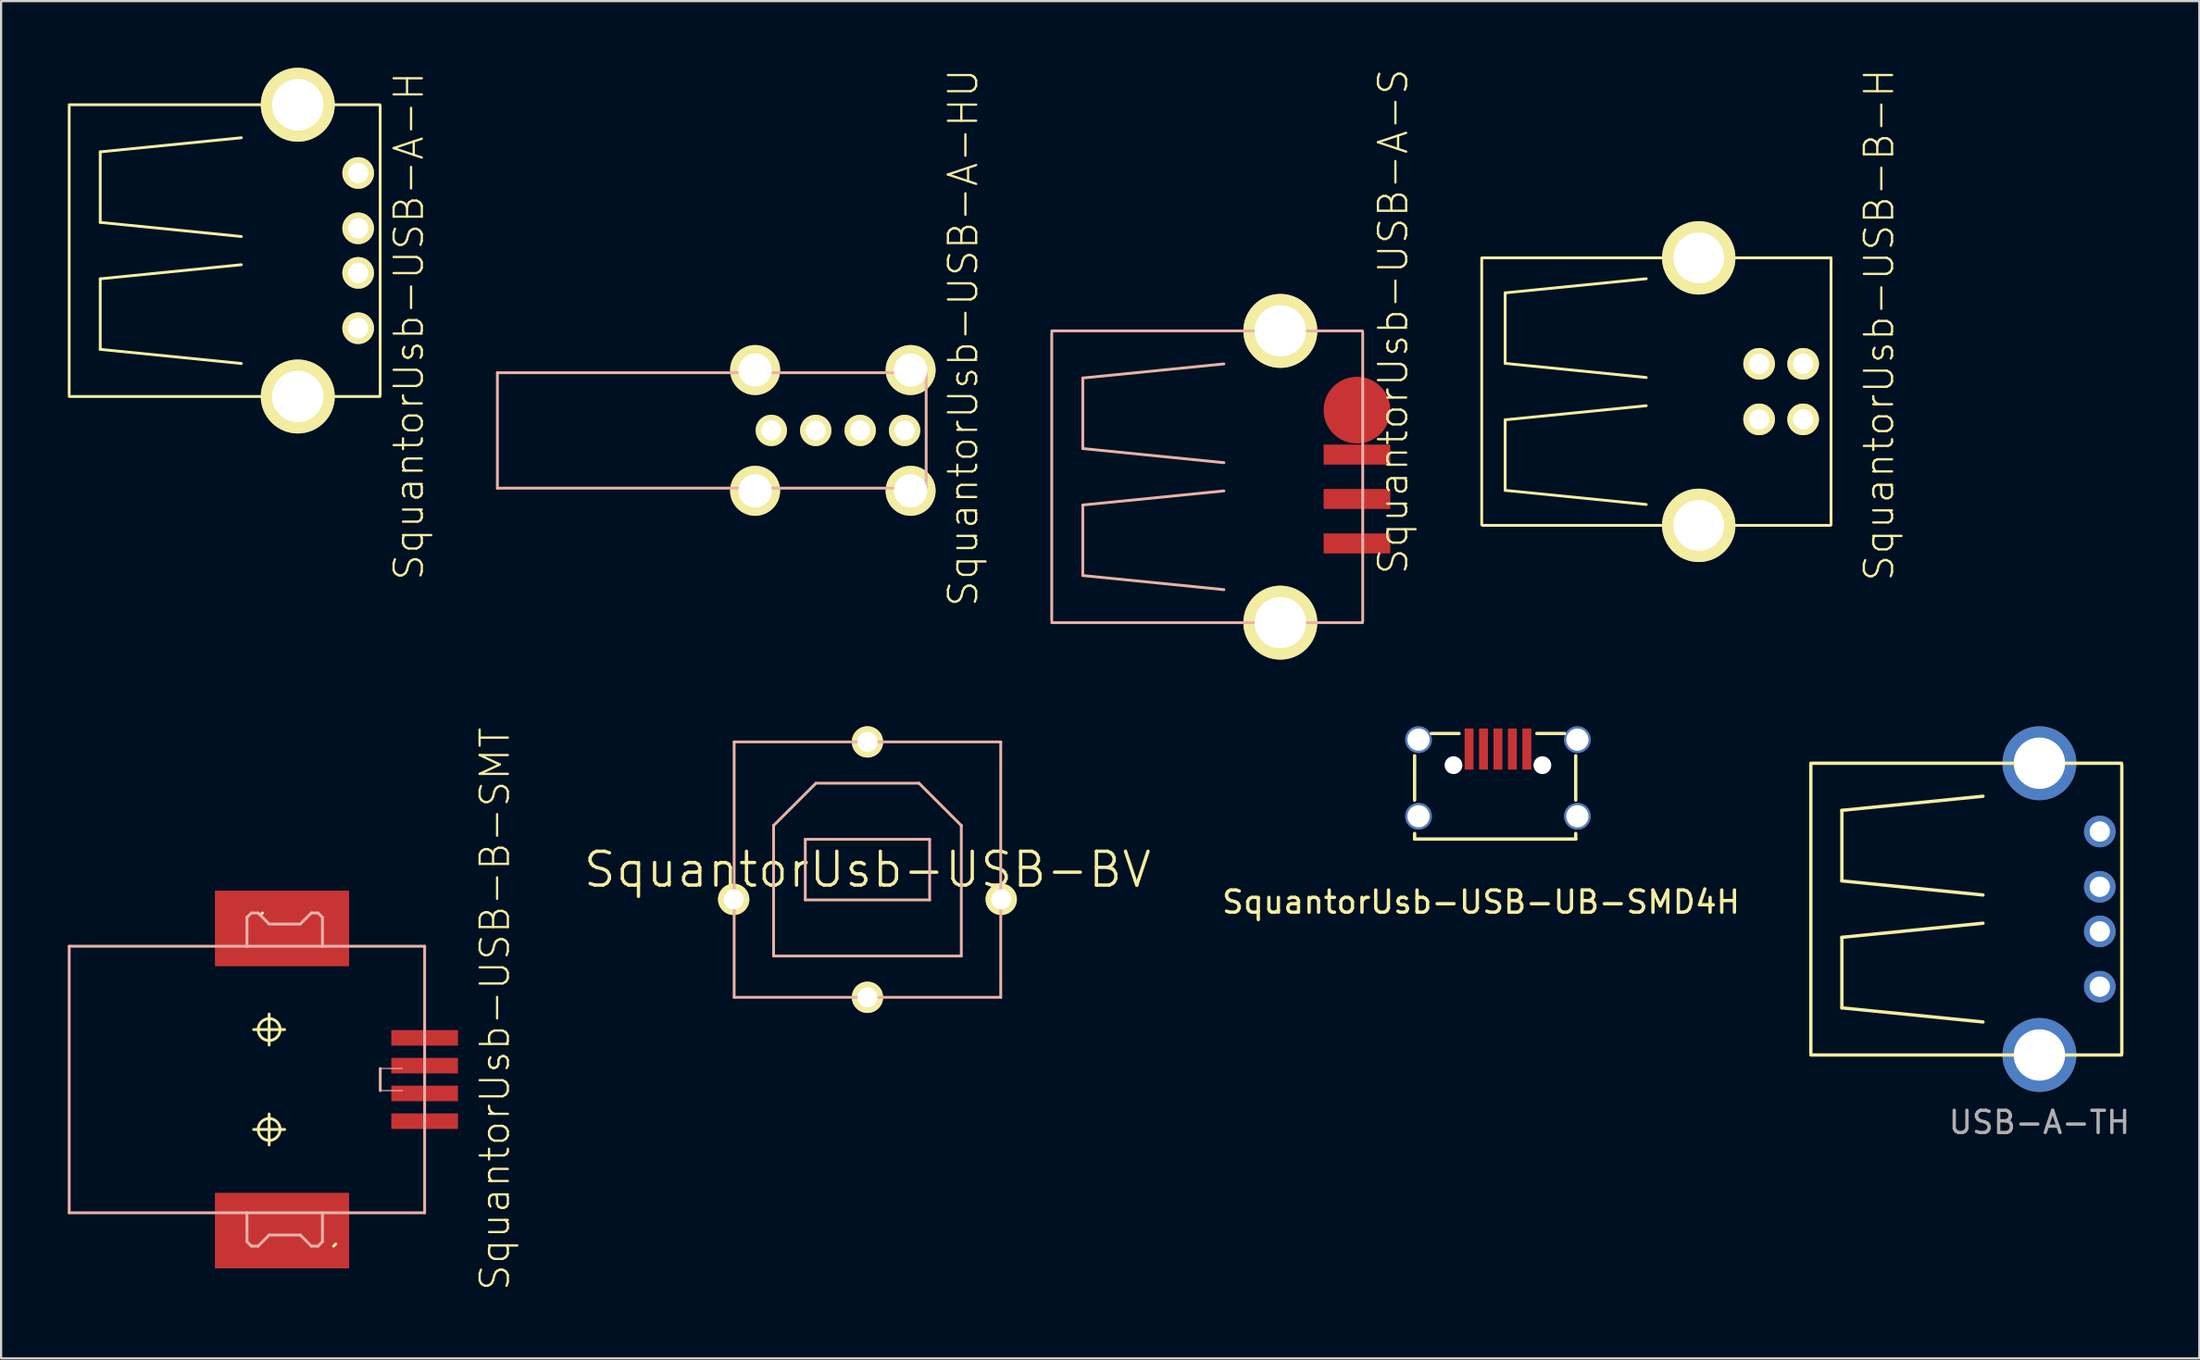
<source format=kicad_pcb>
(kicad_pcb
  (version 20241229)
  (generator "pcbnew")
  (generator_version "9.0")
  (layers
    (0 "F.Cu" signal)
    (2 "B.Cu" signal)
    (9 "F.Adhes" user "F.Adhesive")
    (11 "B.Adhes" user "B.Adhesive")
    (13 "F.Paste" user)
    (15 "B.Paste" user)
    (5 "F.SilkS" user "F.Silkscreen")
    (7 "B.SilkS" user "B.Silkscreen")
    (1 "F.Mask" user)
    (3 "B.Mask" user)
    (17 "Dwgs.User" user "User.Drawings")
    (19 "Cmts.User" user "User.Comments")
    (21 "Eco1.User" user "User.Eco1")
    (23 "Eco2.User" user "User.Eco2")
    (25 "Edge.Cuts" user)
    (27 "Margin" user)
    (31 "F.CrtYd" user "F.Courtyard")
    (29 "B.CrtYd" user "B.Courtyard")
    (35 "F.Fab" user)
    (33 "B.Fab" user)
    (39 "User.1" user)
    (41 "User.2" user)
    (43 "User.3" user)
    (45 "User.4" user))
  (footprint "SquantorUsb-USB-B-H"
    (layer "F.Cu")
    (at 76.118 14.576)
    (property "Reference" "SquantorUsb-USB-B-H" (at 5.4 -3 90) (layer "F.SilkS") (effects (font (size 1.27 1.27) (thickness 0.102))))
    (attr exclude_from_pos_files exclude_from_bom)
    (fp_line (start -12.484 -6.012) (end -12.484 5.999) (stroke (width 0.127) (type solid)) (layer "F.SilkS"))
    (fp_line (start -11.43 -4.445) (end -11.43 -1.27) (stroke (width 0.127) (type solid)) (layer "F.SilkS"))
    (fp_line (start -11.43 -1.27) (end -5.08 -0.635) (stroke (width 0.127) (type solid)) (layer "F.SilkS"))
    (fp_line (start -11.43 1.27) (end -5.08 0.635) (stroke (width 0.127) (type solid)) (layer "F.SilkS"))
    (fp_line (start -11.43 4.445) (end -11.43 1.27) (stroke (width 0.127) (type solid)) (layer "F.SilkS"))
    (fp_line (start -5.08 -5.08) (end -11.43 -4.445) (stroke (width 0.127) (type solid)) (layer "F.SilkS"))
    (fp_line (start -5.08 5.08) (end -11.43 4.445) (stroke (width 0.127) (type solid)) (layer "F.SilkS"))
    (fp_line (start 3.205 6.02) (end -12.438 6.02) (stroke (width 0.127) (type solid)) (layer "F.SilkS"))
    (fp_line (start 3.231 -6.02) (end -12.464 -6.02) (stroke (width 0.127) (type solid)) (layer "F.SilkS"))
    (fp_line (start 3.236 -6.012) (end 3.236 5.999) (stroke (width 0.127) (type solid)) (layer "F.SilkS"))
    (pad "D+" thru_hole circle (at 0 -1.25) (size 1.422 1.422) (drill 0.914) (layers "*.Cu" "F.Mask" "F.SilkS" "F.Paste"))
    (pad "D-" thru_hole circle (at 1.981 -1.25) (size 1.422 1.422) (drill 0.914) (layers "*.Cu" "F.Mask" "F.SilkS" "F.Paste"))
    (pad "GND" thru_hole circle (at 0 1.25) (size 1.422 1.422) (drill 0.914) (layers "*.Cu" "F.Mask" "F.SilkS" "F.Paste"))
    (pad "S" thru_hole circle (at -2.718 -6.02) (size 3.302 3.302) (drill 2.286) (layers "*.Cu" "F.Mask" "F.SilkS" "F.Paste"))
    (pad "S" thru_hole circle (at -2.718 6.02) (size 3.302 3.302) (drill 2.286) (layers "*.Cu" "F.Mask" "F.SilkS" "F.Paste"))
    (pad "VBUS" thru_hole circle (at 1.981 1.25) (size 1.422 1.422) (drill 0.914) (layers "*.Cu" "F.Mask" "F.SilkS" "F.Paste")))
  (footprint "SquantorUsb-USB-UB-SMD4H"
    (layer "F.Cu")
    (at 64.364 31.965)
    (property "Reference" "SquantorUsb-USB-UB-SMD4H" (at -0.762 5.588 0) (layer "F.SilkS") (effects (font (size 1 1) (thickness 0.15))))
    (attr through_hole)
    (fp_line (start -3.75 -1) (end -3.75 1) (stroke (width 0.15) (type solid)) (layer "F.SilkS"))
    (fp_line (start -3.75 2.75) (end -3.75 2.5) (stroke (width 0.15) (type solid)) (layer "F.SilkS"))
    (fp_line (start -3 -2) (end -1.75 -2) (stroke (width 0.15) (type solid)) (layer "F.SilkS"))
    (fp_line (start 1.75 -2) (end 3 -2) (stroke (width 0.15) (type solid)) (layer "F.SilkS"))
    (fp_line (start 3.5 -1) (end 3.5 1) (stroke (width 0.15) (type solid)) (layer "F.SilkS"))
    (fp_line (start 3.5 2.5) (end 3.5 2.75) (stroke (width 0.15) (type solid)) (layer "F.SilkS"))
    (fp_line (start 3.5 2.75) (end -3.75 2.75) (stroke (width 0.15) (type solid)) (layer "F.SilkS"))
    (pad "" np_thru_hole circle (at -2 -0.575) (size 0.8 0.8) (drill 0.8) (layers "*.Cu"))
    (pad "" np_thru_hole circle (at 2 -0.575) (size 0.8 0.8) (drill 0.8) (layers "*.Cu"))
    (pad "1" smd rect (at -1.3 -1.3) (size 0.4 1.85) (layers "F.Cu" "F.Mask" "F.Paste"))
    (pad "2" smd rect (at -0.65 -1.3) (size 0.4 1.85) (layers "F.Cu" "F.Mask" "F.Paste"))
    (pad "3" smd rect (at 0 -1.3) (size 0.4 1.85) (layers "F.Cu" "F.Mask" "F.Paste"))
    (pad "4" smd rect (at 0.65 -1.3) (size 0.4 1.85) (layers "F.Cu" "F.Mask" "F.Paste"))
    (pad "5" smd rect (at 1.3 -1.3) (size 0.4 1.85) (layers "F.Cu" "F.Mask" "F.Paste"))
    (pad "S" thru_hole circle (at -3.575 -1.725) (size 1.2 1.2) (drill 1) (layers "*.Cu" "*.Mask"))
    (pad "S" thru_hole circle (at -3.575 1.725) (size 1.2 1.2) (drill 1) (layers "*.Cu" "*.Mask"))
    (pad "S" thru_hole circle (at 3.575 -1.725) (size 1.2 1.2) (drill 1) (layers "*.Cu" "*.Mask"))
    (pad "S" thru_hole circle (at 3.575 1.725) (size 1.2 1.2) (drill 1) (layers "*.Cu" "*.Mask")))
  (footprint "SquantorUsb-USB-A-H"
    (layer "F.Cu")
    (at 10.351 8.23)
    (property "Reference" "SquantorUsb-USB-A-H" (at 5 3.4 90) (layer "F.SilkS") (effects (font (size 1.27 1.27) (thickness 0.102))))
    (attr exclude_from_pos_files exclude_from_bom)
    (fp_line (start -10.287 -6.477) (end -10.287 6.477) (stroke (width 0.127) (type solid)) (layer "F.SilkS"))
    (fp_line (start -8.89 -4.445) (end -8.89 -1.27) (stroke (width 0.127) (type solid)) (layer "F.SilkS"))
    (fp_line (start -8.89 -1.27) (end -2.54 -0.635) (stroke (width 0.127) (type solid)) (layer "F.SilkS"))
    (fp_line (start -8.89 1.27) (end -2.54 0.635) (stroke (width 0.127) (type solid)) (layer "F.SilkS"))
    (fp_line (start -8.89 4.445) (end -8.89 1.27) (stroke (width 0.127) (type solid)) (layer "F.SilkS"))
    (fp_line (start -2.54 -5.08) (end -8.89 -4.445) (stroke (width 0.127) (type solid)) (layer "F.SilkS"))
    (fp_line (start -2.54 5.08) (end -8.89 4.445) (stroke (width 0.127) (type solid)) (layer "F.SilkS"))
    (fp_line (start 3.696 -6.566) (end -10.287 -6.566) (stroke (width 0.127) (type solid)) (layer "F.SilkS"))
    (fp_line (start 3.696 6.566) (end -10.287 6.566) (stroke (width 0.127) (type solid)) (layer "F.SilkS"))
    (fp_line (start 3.708 -6.502) (end 3.708 6.502) (stroke (width 0.127) (type solid)) (layer "F.SilkS"))
    (pad "1" thru_hole circle (at 2.718 -3.493) (size 1.422 1.422) (drill 0.914) (layers "*.Cu" "F.Mask" "F.SilkS" "F.Paste"))
    (pad "2" thru_hole circle (at 2.718 -1.003) (size 1.422 1.422) (drill 0.914) (layers "*.Cu" "F.Mask" "F.SilkS" "F.Paste"))
    (pad "3" thru_hole circle (at 2.718 1.003) (size 1.422 1.422) (drill 0.914) (layers "*.Cu" "F.Mask" "F.SilkS" "F.Paste"))
    (pad "4" thru_hole circle (at 2.718 3.493) (size 1.422 1.422) (drill 0.914) (layers "*.Cu" "F.Mask" "F.SilkS" "F.Paste"))
    (pad "S" thru_hole circle (at 0 -6.566) (size 3.327 3.327) (drill 2.311) (layers "*.Cu" "F.Mask" "F.SilkS" "F.Paste"))
    (pad "S" thru_hole circle (at 0 6.566) (size 3.327 3.327) (drill 2.311) (layers "*.Cu" "F.Mask" "F.SilkS" "F.Paste")))
  (footprint "USB-A-TH"
    (layer "F.Cu")
    (at 88.732 37.869)
    (property "Reference" "USB-A-TH" (at 0 9.6 0) (layer "F.Fab") (effects (font (size 1 1) (thickness 0.15))))
    (attr exclude_from_pos_files exclude_from_bom)
    (fp_line (start -10.287 -6.477) (end -10.287 6.477) (stroke (width 0.15) (type solid)) (layer "F.SilkS"))
    (fp_line (start -8.89 -4.445) (end -8.89 -1.27) (stroke (width 0.15) (type solid)) (layer "F.SilkS"))
    (fp_line (start -8.89 -1.27) (end -2.54 -0.635) (stroke (width 0.15) (type solid)) (layer "F.SilkS"))
    (fp_line (start -8.89 1.27) (end -2.54 0.635) (stroke (width 0.15) (type solid)) (layer "F.SilkS"))
    (fp_line (start -8.89 4.445) (end -8.89 1.27) (stroke (width 0.15) (type solid)) (layer "F.SilkS"))
    (fp_line (start -2.54 -5.08) (end -8.89 -4.445) (stroke (width 0.15) (type solid)) (layer "F.SilkS"))
    (fp_line (start -2.54 5.08) (end -8.89 4.445) (stroke (width 0.15) (type solid)) (layer "F.SilkS"))
    (fp_line (start 3.696 -6.566) (end -10.287 -6.566) (stroke (width 0.15) (type solid)) (layer "F.SilkS"))
    (fp_line (start 3.696 6.566) (end -10.287 6.566) (stroke (width 0.15) (type solid)) (layer "F.SilkS"))
    (fp_line (start 3.708 -6.502) (end 3.708 6.502) (stroke (width 0.15) (type solid)) (layer "F.SilkS"))
    (pad "1" thru_hole circle (at 2.718 -3.493) (size 1.422 1.422) (drill 0.914) (layers "*.Cu" "*.Mask"))
    (pad "2" thru_hole circle (at 2.718 -1.003) (size 1.422 1.422) (drill 0.914) (layers "*.Cu" "*.Mask"))
    (pad "3" thru_hole circle (at 2.718 1.003) (size 1.422 1.422) (drill 0.914) (layers "*.Cu" "*.Mask"))
    (pad "4" thru_hole circle (at 2.718 3.493) (size 1.422 1.422) (drill 0.914) (layers "*.Cu" "*.Mask"))
    (pad "S" thru_hole circle (at 0 -6.566) (size 3.327 3.327) (drill 2.311) (layers "*.Cu" "*.Mask"))
    (pad "S" thru_hole circle (at 0 6.566) (size 3.327 3.327) (drill 2.311) (layers "*.Cu" "*.Mask")))
  (footprint "SquantorUsb-USB-B-SMT"
    (layer "F.Cu")
    (at 9.063 45.54)
    (property "Reference" "SquantorUsb-USB-B-SMT" (at 10.16 -3.175 270) (layer "F.SilkS") (effects (font (size 1.27 1.27) (thickness 0.102))))
    (attr smd)
    (fp_line (start -0.699 -2.248) (end 0.699 -2.248) (stroke (width 0.127) (type solid)) (layer "F.SilkS"))
    (fp_line (start -0.699 2.248) (end 0.699 2.248) (stroke (width 0.127) (type solid)) (layer "F.SilkS"))
    (fp_line (start -0.399 -7.399) (end -0.3 -7.498) (stroke (width 0.127) (type solid)) (layer "F.SilkS"))
    (fp_line (start 0 -1.549) (end 0 -2.949) (stroke (width 0.127) (type solid)) (layer "F.SilkS"))
    (fp_line (start 0 2.949) (end 0 1.549) (stroke (width 0.127) (type solid)) (layer "F.SilkS"))
    (fp_line (start 3 7.399) (end 2.898 7.498) (stroke (width 0.127) (type solid)) (layer "F.SilkS"))
    (fp_circle (center 0 -2.248) (end -0.348 -2.596) (stroke (width 0.127) (type solid)) (fill no) (layer "F.SilkS"))
    (fp_circle (center 0 2.248) (end -0.348 2.596) (stroke (width 0.127) (type solid)) (fill no) (layer "F.SilkS"))
    (fp_line (start -8.999 -5.999) (end -8.999 5.999) (stroke (width 0.127) (type solid)) (layer "B.SilkS"))
    (fp_line (start -8.999 5.999) (end -0.998 5.999) (stroke (width 0.127) (type solid)) (layer "B.SilkS"))
    (fp_line (start -0.998 -7.3) (end -0.798 -7.498) (stroke (width 0.127) (type solid)) (layer "B.SilkS"))
    (fp_line (start -0.998 -5.999) (end -8.999 -5.999) (stroke (width 0.127) (type solid)) (layer "B.SilkS"))
    (fp_line (start -0.998 -5.999) (end -0.998 -7.3) (stroke (width 0.127) (type solid)) (layer "B.SilkS"))
    (fp_line (start -0.998 5.999) (end -0.998 7.3) (stroke (width 0.127) (type solid)) (layer "B.SilkS"))
    (fp_line (start -0.998 5.999) (end 2.398 5.999) (stroke (width 0.127) (type solid)) (layer "B.SilkS"))
    (fp_line (start -0.998 7.3) (end -0.798 7.498) (stroke (width 0.127) (type solid)) (layer "B.SilkS"))
    (fp_line (start -0.798 -7.498) (end -0.498 -7.498) (stroke (width 0.127) (type solid)) (layer "B.SilkS"))
    (fp_line (start -0.798 7.498) (end -0.498 7.498) (stroke (width 0.127) (type solid)) (layer "B.SilkS"))
    (fp_line (start -0.498 -7.498) (end 0 -6.998) (stroke (width 0.127) (type solid)) (layer "B.SilkS"))
    (fp_line (start -0.498 7.498) (end 0 6.998) (stroke (width 0.127) (type solid)) (layer "B.SilkS"))
    (fp_line (start 0 -6.998) (end 1.4 -6.998) (stroke (width 0.127) (type solid)) (layer "B.SilkS"))
    (fp_line (start 1.4 6.998) (end 0 6.998) (stroke (width 0.127) (type solid)) (layer "B.SilkS"))
    (fp_line (start 1.9 -7.498) (end 1.4 -6.998) (stroke (width 0.127) (type solid)) (layer "B.SilkS"))
    (fp_line (start 1.9 7.498) (end 1.4 6.998) (stroke (width 0.127) (type solid)) (layer "B.SilkS"))
    (fp_line (start 2.2 -7.498) (end 1.9 -7.498) (stroke (width 0.127) (type solid)) (layer "B.SilkS"))
    (fp_line (start 2.2 7.498) (end 1.9 7.498) (stroke (width 0.127) (type solid)) (layer "B.SilkS"))
    (fp_line (start 2.2 7.498) (end 2.398 7.3) (stroke (width 0.127) (type solid)) (layer "B.SilkS"))
    (fp_line (start 2.398 -7.3) (end 2.2 -7.498) (stroke (width 0.127) (type solid)) (layer "B.SilkS"))
    (fp_line (start 2.398 -5.999) (end -0.998 -5.999) (stroke (width 0.127) (type solid)) (layer "B.SilkS"))
    (fp_line (start 2.398 -5.999) (end 2.398 -7.3) (stroke (width 0.127) (type solid)) (layer "B.SilkS"))
    (fp_line (start 2.398 5.999) (end 2.398 7.3) (stroke (width 0.127) (type solid)) (layer "B.SilkS"))
    (fp_line (start 2.398 5.999) (end 6.998 5.999) (stroke (width 0.127) (type solid)) (layer "B.SilkS"))
    (fp_line (start 4.999 -0.498) (end 4.999 0.498) (stroke (width 0.127) (type solid)) (layer "B.SilkS"))
    (fp_line (start 4.999 0.498) (end 5.999 0.498) (stroke (width 0.048) (type solid)) (layer "B.SilkS"))
    (fp_line (start 5.999 -0.498) (end 4.999 -0.498) (stroke (width 0.048) (type solid)) (layer "B.SilkS"))
    (fp_line (start 6.998 -5.999) (end 2.398 -5.999) (stroke (width 0.127) (type solid)) (layer "B.SilkS"))
    (fp_line (start 6.998 5.999) (end 6.998 -5.999) (stroke (width 0.127) (type solid)) (layer "B.SilkS"))
    (pad "5" smd rect (at 0.579 -6.8) (size 6.038 3.399) (layers "F.Cu" "F.Mask" "F.Paste"))
    (pad "6" smd rect (at 0.579 6.8) (size 6.038 3.399) (layers "F.Cu" "F.Mask" "F.Paste"))
    (pad "D+" smd rect (at 6.998 -1.875) (size 3 0.699) (layers "F.Cu" "F.Mask" "F.Paste"))
    (pad "D-" smd rect (at 6.998 -0.625) (size 3 0.699) (layers "F.Cu" "F.Mask" "F.Paste"))
    (pad "GND" smd rect (at 6.998 0.625) (size 3 0.699) (layers "F.Cu" "F.Mask" "F.Paste"))
    (pad "VUSB" smd rect (at 6.998 1.875) (size 3 0.699) (layers "F.Cu" "F.Mask" "F.Paste")))
  (footprint "SquantorUsb-USB-BV"
    (layer "F.Cu")
    (at 35.989 36.091)
    (property "Reference" "SquantorUsb-USB-BV" (at 0 0 0) (layer "F.SilkS") (effects (font (size 1.524 1.524) (thickness 0.15))))
    (attr exclude_from_pos_files exclude_from_bom)
    (fp_line (start -5.999 -5.748) (end -5.999 5.748) (stroke (width 0.127) (type solid)) (layer "B.SilkS"))
    (fp_line (start -5.999 5.748) (end 5.999 5.748) (stroke (width 0.127) (type solid)) (layer "B.SilkS"))
    (fp_line (start -4.229 -1.979) (end -4.224 -1.984) (stroke (width 0.127) (type solid)) (layer "B.SilkS"))
    (fp_line (start -4.224 -1.984) (end -4.224 3.889) (stroke (width 0.127) (type solid)) (layer "B.SilkS"))
    (fp_line (start -4.224 3.889) (end 4.224 3.889) (stroke (width 0.127) (type solid)) (layer "B.SilkS"))
    (fp_line (start -2.799 -1.364) (end -2.799 1.364) (stroke (width 0.127) (type solid)) (layer "B.SilkS"))
    (fp_line (start -2.799 1.364) (end 2.799 1.364) (stroke (width 0.127) (type solid)) (layer "B.SilkS"))
    (fp_line (start -2.319 -3.889) (end -4.224 -1.984) (stroke (width 0.127) (type solid)) (layer "B.SilkS"))
    (fp_line (start 2.319 -3.889) (end -2.319 -3.889) (stroke (width 0.127) (type solid)) (layer "B.SilkS"))
    (fp_line (start 2.799 -1.364) (end -2.799 -1.364) (stroke (width 0.127) (type solid)) (layer "B.SilkS"))
    (fp_line (start 2.799 1.364) (end 2.799 -1.364) (stroke (width 0.127) (type solid)) (layer "B.SilkS"))
    (fp_line (start 4.224 -1.984) (end 2.319 -3.889) (stroke (width 0.127) (type solid)) (layer "B.SilkS"))
    (fp_line (start 4.224 -1.984) (end 4.229 -1.979) (stroke (width 0.127) (type solid)) (layer "B.SilkS"))
    (fp_line (start 4.224 3.889) (end 4.224 -1.984) (stroke (width 0.127) (type solid)) (layer "B.SilkS"))
    (fp_line (start 5.999 -5.748) (end -5.999 -5.748) (stroke (width 0.127) (type solid)) (layer "B.SilkS"))
    (fp_line (start 5.999 5.748) (end 5.999 -5.748) (stroke (width 0.127) (type solid)) (layer "B.SilkS"))
    (pad "P$1" thru_hole circle (at 0 5.748) (size 1.407 1.407) (drill 0.899) (layers "*.Cu" "F.Mask" "F.SilkS" "F.Paste"))
    (pad "P$2" thru_hole circle (at -6.02 1.339) (size 1.407 1.407) (drill 0.899) (layers "*.Cu" "F.Mask" "F.SilkS" "F.Paste"))
    (pad "P$3" thru_hole circle (at 6.02 1.339) (size 1.407 1.407) (drill 0.899) (layers "*.Cu" "F.Mask" "F.SilkS" "F.Paste"))
    (pad "P$4" thru_hole circle (at 0 -5.748) (size 1.407 1.407) (drill 0.899) (layers "*.Cu" "F.Mask" "F.SilkS" "F.Paste")))
  (footprint "SquantorUsb-USB-A-HU"
    (layer "F.Cu")
    (at 30.933 16.324)
    (property "Reference" "SquantorUsb-USB-A-HU" (at 9.365 -4.173 90) (layer "F.SilkS") (effects (font (size 1.27 1.27) (thickness 0.102))))
    (attr exclude_from_pos_files exclude_from_bom)
    (fp_line (start -11.598 -2.598) (end -11.598 2.598) (stroke (width 0.127) (type solid)) (layer "B.SilkS"))
    (fp_line (start -11.598 -2.598) (end 7.699 -2.598) (stroke (width 0.127) (type solid)) (layer "B.SilkS"))
    (fp_line (start -11.598 2.598) (end 7.699 2.598) (stroke (width 0.127) (type solid)) (layer "B.SilkS"))
    (fp_line (start 7.699 -2.598) (end 7.699 2.598) (stroke (width 0.127) (type solid)) (layer "B.SilkS"))
    (pad "D+" thru_hole circle (at 2.728 0) (size 1.407 1.407) (drill 0.899) (layers "*.Cu" "F.Mask" "F.SilkS" "F.Paste"))
    (pad "D-" thru_hole circle (at 4.729 0) (size 1.407 1.407) (drill 0.899) (layers "*.Cu" "F.Mask" "F.SilkS" "F.Paste"))
    (pad "GND" thru_hole circle (at 0.729 0) (size 1.407 1.407) (drill 0.899) (layers "*.Cu" "F.Mask" "F.SilkS" "F.Paste"))
    (pad "P$5" thru_hole circle (at 0 -2.718) (size 2.248 2.248) (drill 1.499) (layers "*.Cu" "F.Mask" "F.SilkS" "F.Paste"))
    (pad "P$6" thru_hole circle (at 0 2.718) (size 2.248 2.248) (drill 1.499) (layers "*.Cu" "F.Mask" "F.SilkS" "F.Paste"))
    (pad "P$7" thru_hole circle (at 6.998 -2.718) (size 2.248 2.248) (drill 1.499) (layers "*.Cu" "F.Mask" "F.SilkS" "F.Paste"))
    (pad "P$8" thru_hole circle (at 6.998 2.718) (size 2.248 2.248) (drill 1.499) (layers "*.Cu" "F.Mask" "F.SilkS" "F.Paste"))
    (pad "VBUS" thru_hole circle (at 6.728 0) (size 1.407 1.407) (drill 0.899) (layers "*.Cu" "F.Mask" "F.SilkS" "F.Paste")))
  (footprint "SquantorUsb-USB-A-S"
    (layer "F.Cu")
    (at 54.57 18.41)
    (property "Reference" "SquantorUsb-USB-A-S" (at 5.08 -6.985 90) (layer "F.SilkS") (effects (font (size 1.27 1.27) (thickness 0.102))))
    (attr smd)
    (fp_line (start -10.287 -6.477) (end -10.287 6.477) (stroke (width 0.127) (type solid)) (layer "B.SilkS"))
    (fp_line (start -8.89 -4.445) (end -8.89 -1.27) (stroke (width 0.127) (type solid)) (layer "B.SilkS"))
    (fp_line (start -8.89 -1.27) (end -2.54 -0.635) (stroke (width 0.127) (type solid)) (layer "B.SilkS"))
    (fp_line (start -8.89 1.27) (end -2.54 0.635) (stroke (width 0.127) (type solid)) (layer "B.SilkS"))
    (fp_line (start -8.89 4.445) (end -8.89 1.27) (stroke (width 0.127) (type solid)) (layer "B.SilkS"))
    (fp_line (start -2.54 -5.08) (end -8.89 -4.445) (stroke (width 0.127) (type solid)) (layer "B.SilkS"))
    (fp_line (start -2.54 5.08) (end -8.89 4.445) (stroke (width 0.127) (type solid)) (layer "B.SilkS"))
    (fp_line (start 3.696 -6.566) (end -10.287 -6.566) (stroke (width 0.127) (type solid)) (layer "B.SilkS"))
    (fp_line (start 3.696 6.566) (end -10.287 6.566) (stroke (width 0.127) (type solid)) (layer "B.SilkS"))
    (fp_line (start 3.708 -6.502) (end 3.708 6.502) (stroke (width 0.127) (type solid)) (layer "B.SilkS"))
    (pad "D+" smd rect (at 3.449 0.998) (size 3 0.899) (layers "F.Cu" "F.Mask" "F.Paste"))
    (pad "D-" smd rect (at 3.449 -0.998) (size 3 0.899) (layers "F.Cu" "F.Mask" "F.Paste"))
    (pad "GND" smd rect (at 3.449 3) (size 3 0.899) (layers "F.Cu" "F.Mask" "F.Paste"))
    (pad "P$5" thru_hole circle (at 0 6.566) (size 3.327 3.327) (drill 2.311) (layers "*.Cu" "F.Mask" "F.SilkS" "F.Paste"))
    (pad "P$6" thru_hole circle (at 0 -6.566) (size 3.327 3.327) (drill 2.311) (layers "*.Cu" "F.Mask" "F.SilkS" "F.Paste"))
    (pad "VBUS" smd circle (at 3.449 -3) (size 3 3) (layers "F.Cu" "F.Mask" "F.Paste")))
  (gr_rect
    (start -3 -3)
    (end 95.928 58.091)
    (stroke (width 0.1) (type default))
    (fill no)
    (layer "Edge.Cuts")))
</source>
